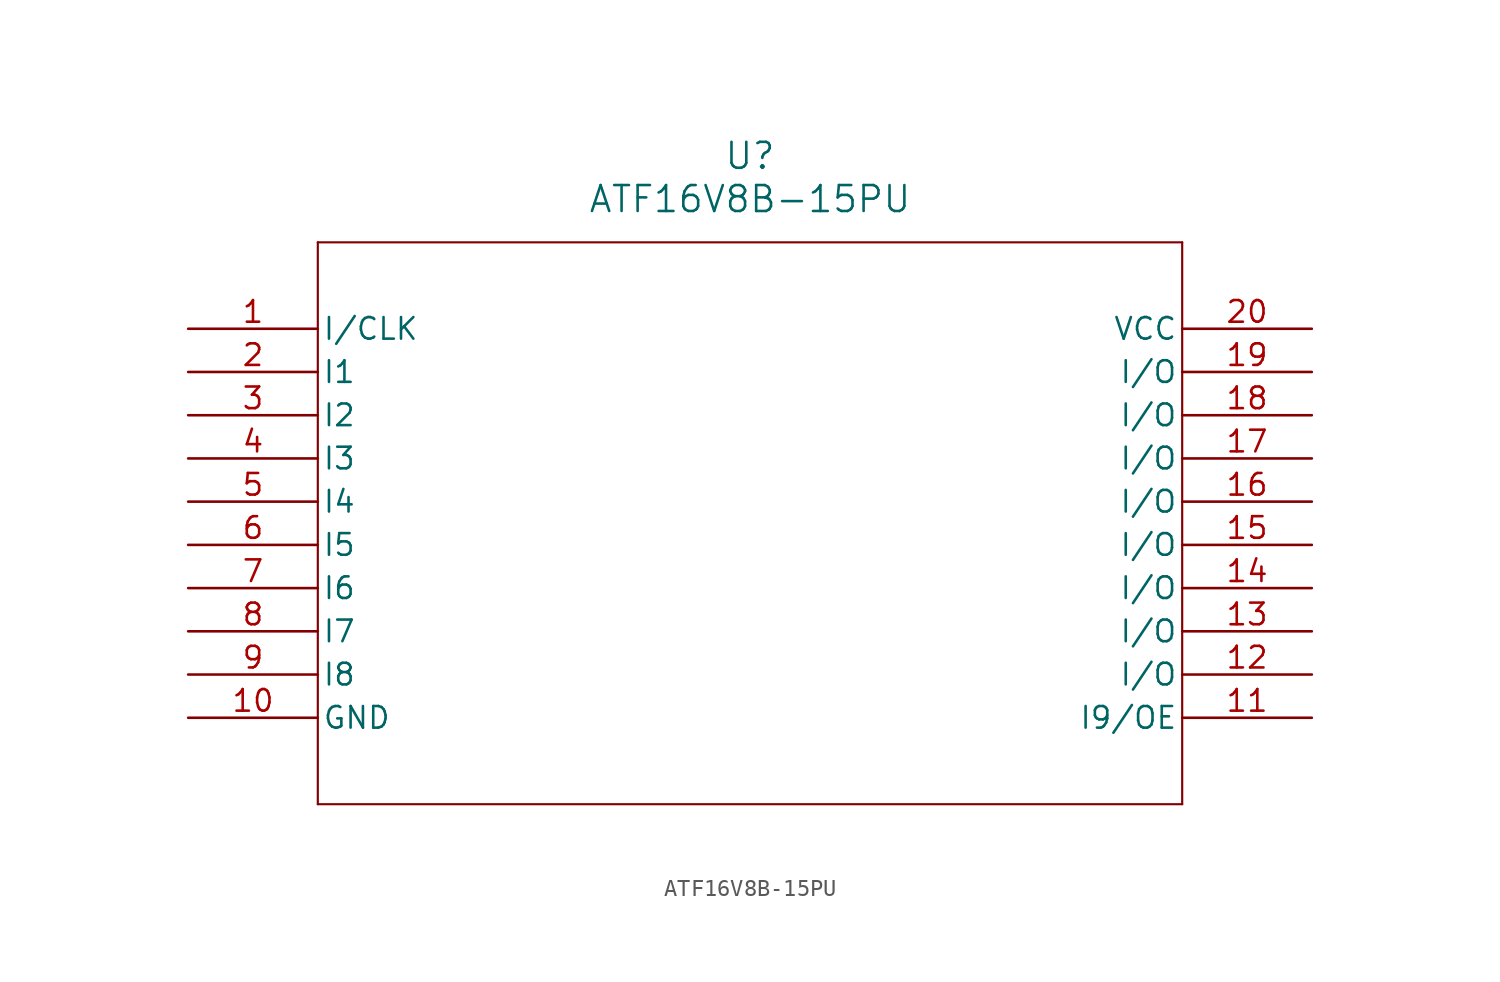
<source format=kicad_sym>
(kicad_symbol_lib
  (version 20211014)
  (generator kicad_symbol_editor)
  (symbol "ATF16V8B-15PU"
    (pin_names
      (offset 0.254))
    (property "Reference" "U"
      (at 33.02 10.16 0)
      (effects (font (size 1.524 1.524))))
    (property "Value" "ATF16V8B-15PU"
      (at 33.02 7.62 0)
      (effects (font (size 1.524 1.524))))
    (symbol "ATF16V8B-15PU_0_1"
      (polyline (pts (xy 7.62 5.08) (xy 7.62 -27.94)) (stroke (width 0.127) (type default) (color 0 0 0 0)) (fill (type none)))
      (polyline (pts (xy 7.62 -27.94) (xy 58.42 -27.94)) (stroke (width 0.127) (type default) (color 0 0 0 0)) (fill (type none)))
      (polyline (pts (xy 58.42 -27.94) (xy 58.42 5.08)) (stroke (width 0.127) (type default) (color 0 0 0 0)) (fill (type none)))
      (polyline (pts (xy 58.42 5.08) (xy 7.62 5.08)) (stroke (width 0.127) (type default) (color 0 0 0 0)) (fill (type none)))
      (pin bidirectional line (at 0 0 0) (length 7.62) (name "I/CLK" (effects (font (size 1.27 1.27)))) (number "1" (effects (font (size 1.27 1.27)))))
      (pin input line (at 0 -2.54 0) (length 7.62) (name "I1" (effects (font (size 1.27 1.27)))) (number "2" (effects (font (size 1.27 1.27)))))
      (pin input line (at 0 -5.08 0) (length 7.62) (name "I2" (effects (font (size 1.27 1.27)))) (number "3" (effects (font (size 1.27 1.27)))))
      (pin input line (at 0 -7.62 0) (length 7.62) (name "I3" (effects (font (size 1.27 1.27)))) (number "4" (effects (font (size 1.27 1.27)))))
      (pin input line (at 0 -10.16 0) (length 7.62) (name "I4" (effects (font (size 1.27 1.27)))) (number "5" (effects (font (size 1.27 1.27)))))
      (pin input line (at 0 -12.7 0) (length 7.62) (name "I5" (effects (font (size 1.27 1.27)))) (number "6" (effects (font (size 1.27 1.27)))))
      (pin input line (at 0 -15.24 0) (length 7.62) (name "I6" (effects (font (size 1.27 1.27)))) (number "7" (effects (font (size 1.27 1.27)))))
      (pin input line (at 0 -17.78 0) (length 7.62) (name "I7" (effects (font (size 1.27 1.27)))) (number "8" (effects (font (size 1.27 1.27)))))
      (pin input line (at 0 -20.32 0) (length 7.62) (name "I8" (effects (font (size 1.27 1.27)))) (number "9" (effects (font (size 1.27 1.27)))))
      (pin power_in line (at 0 -22.86 0) (length 7.62) (name "GND" (effects (font (size 1.27 1.27)))) (number "10" (effects (font (size 1.27 1.27)))))
      (pin bidirectional line (at 66.04 -22.86 180) (length 7.62) (name "I9/OE" (effects (font (size 1.27 1.27)))) (number "11" (effects (font (size 1.27 1.27)))))
      (pin bidirectional line (at 66.04 -20.32 180) (length 7.62) (name "I/O" (effects (font (size 1.27 1.27)))) (number "12" (effects (font (size 1.27 1.27)))))
      (pin bidirectional line (at 66.04 -17.78 180) (length 7.62) (name "I/O" (effects (font (size 1.27 1.27)))) (number "13" (effects (font (size 1.27 1.27)))))
      (pin bidirectional line (at 66.04 -15.24 180) (length 7.62) (name "I/O" (effects (font (size 1.27 1.27)))) (number "14" (effects (font (size 1.27 1.27)))))
      (pin bidirectional line (at 66.04 -12.7 180) (length 7.62) (name "I/O" (effects (font (size 1.27 1.27)))) (number "15" (effects (font (size 1.27 1.27)))))
      (pin bidirectional line (at 66.04 -10.16 180) (length 7.62) (name "I/O" (effects (font (size 1.27 1.27)))) (number "16" (effects (font (size 1.27 1.27)))))
      (pin bidirectional line (at 66.04 -7.62 180) (length 7.62) (name "I/O" (effects (font (size 1.27 1.27)))) (number "17" (effects (font (size 1.27 1.27)))))
      (pin bidirectional line (at 66.04 -5.08 180) (length 7.62) (name "I/O" (effects (font (size 1.27 1.27)))) (number "18" (effects (font (size 1.27 1.27)))))
      (pin bidirectional line (at 66.04 -2.54 180) (length 7.62) (name "I/O" (effects (font (size 1.27 1.27)))) (number "19" (effects (font (size 1.27 1.27)))))
      (pin power_in line (at 66.04 0 180) (length 7.62) (name "VCC" (effects (font (size 1.27 1.27)))) (number "20" (effects (font (size 1.27 1.27))))))))
</source>
